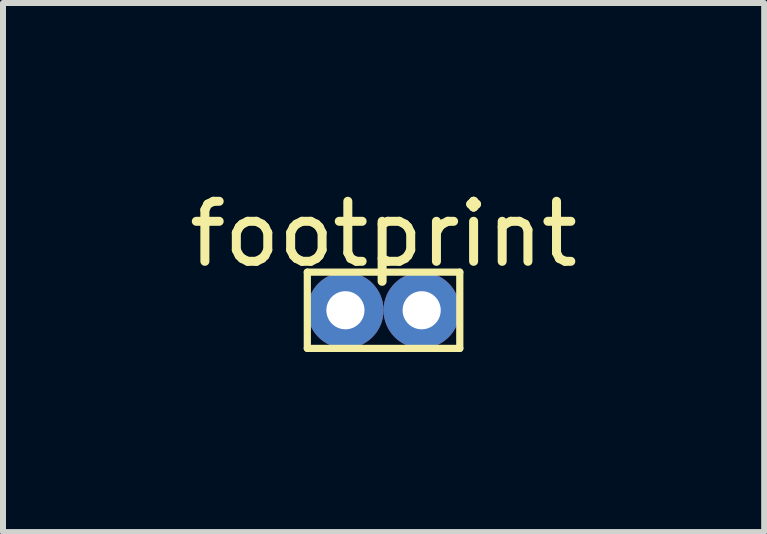
<source format=kicad_pcb>
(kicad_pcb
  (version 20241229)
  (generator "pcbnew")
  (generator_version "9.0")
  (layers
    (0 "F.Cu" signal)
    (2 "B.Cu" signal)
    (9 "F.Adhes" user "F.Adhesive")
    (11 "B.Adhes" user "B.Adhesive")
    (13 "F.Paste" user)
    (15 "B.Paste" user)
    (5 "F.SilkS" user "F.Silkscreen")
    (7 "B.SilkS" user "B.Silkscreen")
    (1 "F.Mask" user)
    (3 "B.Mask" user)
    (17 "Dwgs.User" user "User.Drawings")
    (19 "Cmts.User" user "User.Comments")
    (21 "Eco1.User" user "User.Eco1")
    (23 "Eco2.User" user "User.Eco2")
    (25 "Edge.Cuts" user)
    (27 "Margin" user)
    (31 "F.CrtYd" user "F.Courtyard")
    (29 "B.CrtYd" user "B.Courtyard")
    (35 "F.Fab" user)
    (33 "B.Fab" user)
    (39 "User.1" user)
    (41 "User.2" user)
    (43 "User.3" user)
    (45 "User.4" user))
  (footprint "footprint"
    (layer "F.Cu")
    (at 3.339 2.118)
    (property "Reference" "footprint" (at 0 -1.27 0) (layer "F.SilkS") (effects (font (size 1 1) (thickness 0.15))))
    (attr through_hole)
    (fp_line (start -1.27 -0.635) (end -1.27 0.635) (stroke (width 0.12) (type solid)) (layer "F.SilkS"))
    (fp_line (start -1.27 -0.635) (end 1.27 -0.635) (stroke (width 0.12) (type solid)) (layer "F.SilkS"))
    (fp_line (start -1.27 0.635) (end 1.27 0.635) (stroke (width 0.12) (type solid)) (layer "F.SilkS"))
    (fp_line (start 1.27 -0.635) (end 1.27 0.635) (stroke (width 0.12) (type solid)) (layer "F.SilkS"))
    (pad "1" thru_hole circle (at -0.635 0) (size 1.27 1.27) (drill 0.635) (layers "*.Cu" "*.Mask"))
    (pad "2" thru_hole circle (at 0.635 0) (size 1.27 1.27) (drill 0.635) (layers "*.Cu" "*.Mask")))
  (gr_rect
    (start -3 -3)
    (end 9.679 5.813)
    (stroke (width 0.1) (type default))
    (fill no)
    (layer "Edge.Cuts")))
</source>
